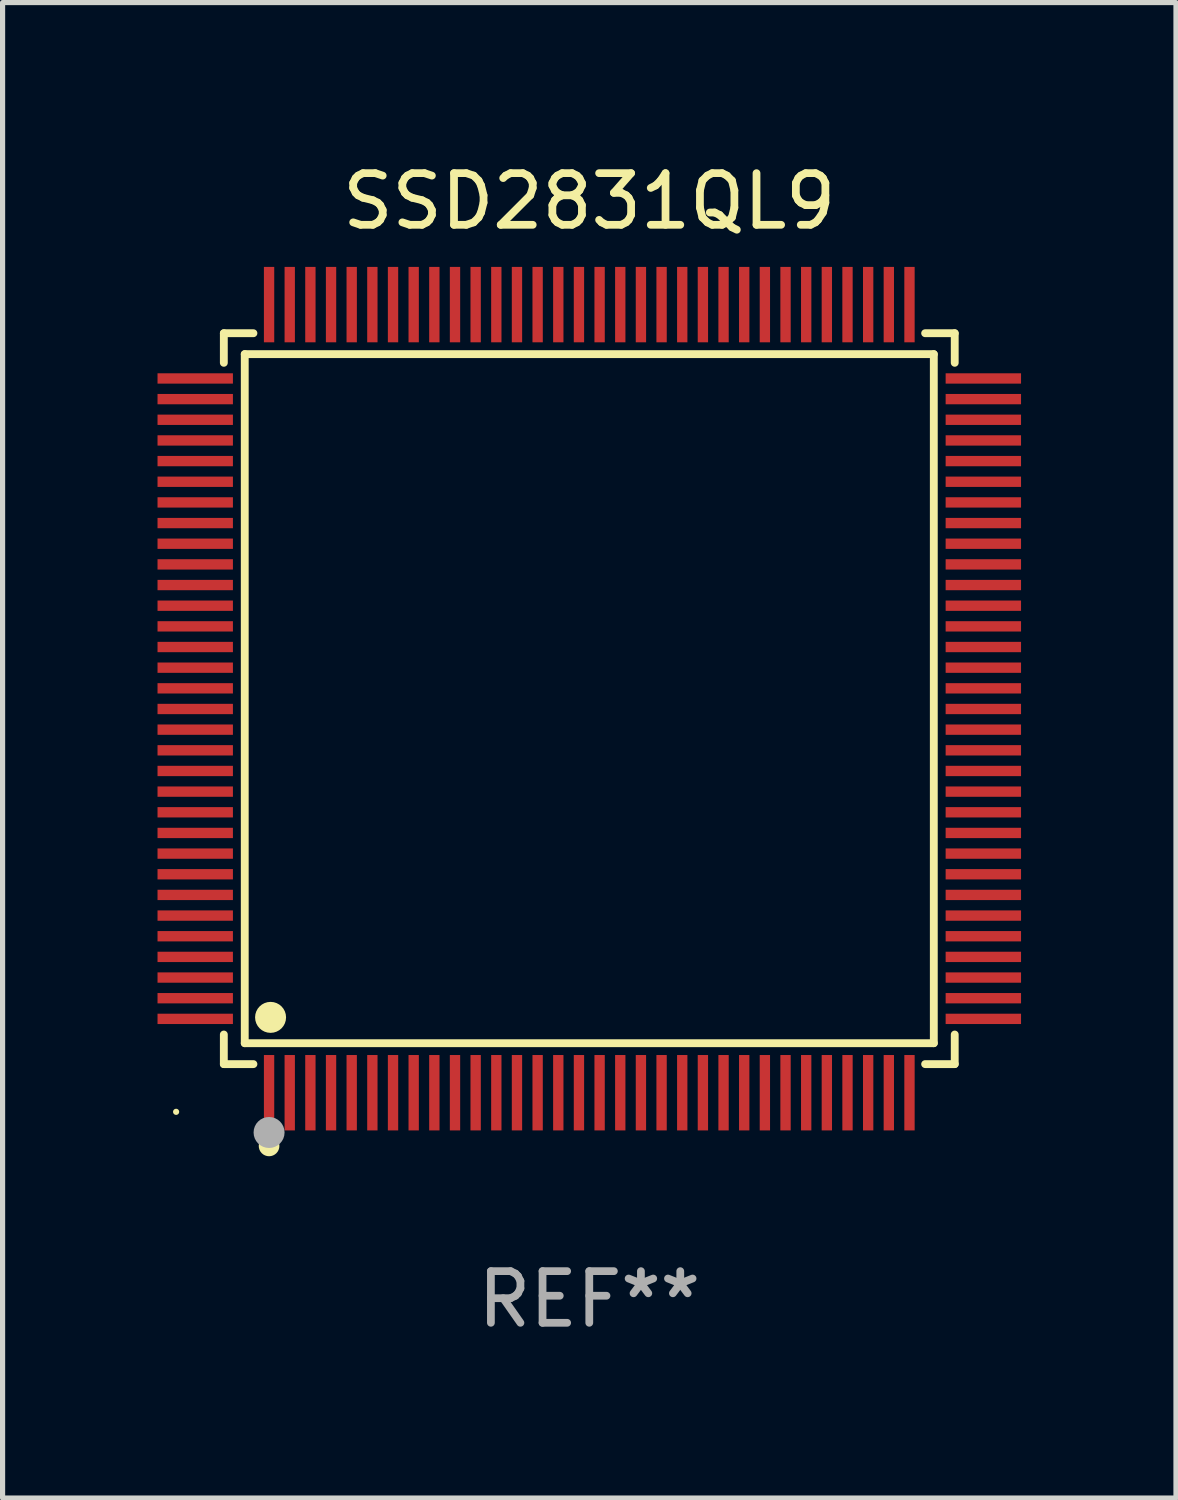
<source format=kicad_pcb>
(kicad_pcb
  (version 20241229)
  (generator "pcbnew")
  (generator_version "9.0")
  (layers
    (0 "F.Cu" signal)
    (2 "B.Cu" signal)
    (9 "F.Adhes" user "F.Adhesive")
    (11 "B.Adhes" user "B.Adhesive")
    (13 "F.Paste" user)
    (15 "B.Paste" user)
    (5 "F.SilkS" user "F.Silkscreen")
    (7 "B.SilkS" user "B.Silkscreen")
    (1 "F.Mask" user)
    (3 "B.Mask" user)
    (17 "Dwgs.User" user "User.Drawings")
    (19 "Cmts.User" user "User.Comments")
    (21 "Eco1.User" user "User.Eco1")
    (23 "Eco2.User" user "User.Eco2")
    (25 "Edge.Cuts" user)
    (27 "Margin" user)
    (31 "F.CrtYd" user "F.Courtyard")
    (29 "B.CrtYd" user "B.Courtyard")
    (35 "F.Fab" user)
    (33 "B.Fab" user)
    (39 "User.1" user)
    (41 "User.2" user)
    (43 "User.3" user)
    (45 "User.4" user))
  (footprint "SSD2831QL9"
    (layer "F.Cu")
    (at 8.36 10.478)
    (property "Reference" "SSD2831QL9" (at 0 -9.63 0) (layer "F.SilkS") (effects (font (size 1 1) (thickness 0.15))))
    (attr through_hole)
    (fp_line (start -7.076 -7.076) (end -6.503 -7.076) (stroke (width 0.152) (type solid)) (layer "F.SilkS"))
    (fp_line (start -7.076 -6.503) (end -7.076 -7.076) (stroke (width 0.152) (type solid)) (layer "F.SilkS"))
    (fp_line (start -7.076 6.503) (end -7.076 7.076) (stroke (width 0.152) (type solid)) (layer "F.SilkS"))
    (fp_line (start -7.076 7.076) (end -6.503 7.076) (stroke (width 0.152) (type solid)) (layer "F.SilkS"))
    (fp_line (start -6.671 -6.671) (end 6.671 -6.671) (stroke (width 0.152) (type solid)) (layer "F.SilkS"))
    (fp_line (start -6.671 6.671) (end -6.671 -6.671) (stroke (width 0.152) (type solid)) (layer "F.SilkS"))
    (fp_line (start 6.671 -6.671) (end 6.671 6.671) (stroke (width 0.152) (type solid)) (layer "F.SilkS"))
    (fp_line (start 6.671 6.671) (end -6.671 6.671) (stroke (width 0.152) (type solid)) (layer "F.SilkS"))
    (fp_line (start 7.076 -7.076) (end 6.503 -7.076) (stroke (width 0.152) (type solid)) (layer "F.SilkS"))
    (fp_line (start 7.076 -6.503) (end 7.076 -7.076) (stroke (width 0.152) (type solid)) (layer "F.SilkS"))
    (fp_line (start 7.076 6.503) (end 7.076 7.076) (stroke (width 0.152) (type solid)) (layer "F.SilkS"))
    (fp_line (start 7.076 7.076) (end 6.503 7.076) (stroke (width 0.152) (type solid)) (layer "F.SilkS"))
    (fp_circle (center -8 8) (end -7.97 8) (stroke (width 0.06) (type solid)) (fill no) (layer "F.SilkS"))
    (fp_circle (center -6.2 8.66) (end -6.1 8.66) (stroke (width 0.2) (type solid)) (fill no) (layer "F.SilkS"))
    (fp_circle (center -6.171 6.171) (end -6.021 6.171) (stroke (width 0.3) (type solid)) (fill no) (layer "F.SilkS"))
    (fp_circle (center -6.2 8.4) (end -6.05 8.4) (stroke (width 0.3) (type solid)) (fill no) (layer "F.Fab"))
    (fp_text user "REF**" (at 0 11.63 0) (layer "F.Fab") (effects (font (size 1 1) (thickness 0.15))))
    (pad "1" smd rect (at -6.2 7.63) (size 0.2 1.46) (layers "F.Cu" "F.Mask" "F.Paste"))
    (pad "2" smd rect (at -5.8 7.63) (size 0.2 1.46) (layers "F.Cu" "F.Mask" "F.Paste"))
    (pad "3" smd rect (at -5.4 7.63) (size 0.2 1.46) (layers "F.Cu" "F.Mask" "F.Paste"))
    (pad "4" smd rect (at -5 7.63) (size 0.2 1.46) (layers "F.Cu" "F.Mask" "F.Paste"))
    (pad "5" smd rect (at -4.6 7.63) (size 0.2 1.46) (layers "F.Cu" "F.Mask" "F.Paste"))
    (pad "6" smd rect (at -4.2 7.63) (size 0.2 1.46) (layers "F.Cu" "F.Mask" "F.Paste"))
    (pad "7" smd rect (at -3.8 7.63) (size 0.2 1.46) (layers "F.Cu" "F.Mask" "F.Paste"))
    (pad "8" smd rect (at -3.4 7.63) (size 0.2 1.46) (layers "F.Cu" "F.Mask" "F.Paste"))
    (pad "9" smd rect (at -3 7.63) (size 0.2 1.46) (layers "F.Cu" "F.Mask" "F.Paste"))
    (pad "10" smd rect (at -2.6 7.63) (size 0.2 1.46) (layers "F.Cu" "F.Mask" "F.Paste"))
    (pad "11" smd rect (at -2.2 7.63) (size 0.2 1.46) (layers "F.Cu" "F.Mask" "F.Paste"))
    (pad "12" smd rect (at -1.8 7.63) (size 0.2 1.46) (layers "F.Cu" "F.Mask" "F.Paste"))
    (pad "13" smd rect (at -1.4 7.63) (size 0.2 1.46) (layers "F.Cu" "F.Mask" "F.Paste"))
    (pad "14" smd rect (at -1 7.63) (size 0.2 1.46) (layers "F.Cu" "F.Mask" "F.Paste"))
    (pad "15" smd rect (at -0.6 7.63) (size 0.2 1.46) (layers "F.Cu" "F.Mask" "F.Paste"))
    (pad "16" smd rect (at -0.2 7.63) (size 0.2 1.46) (layers "F.Cu" "F.Mask" "F.Paste"))
    (pad "17" smd rect (at 0.2 7.63) (size 0.2 1.46) (layers "F.Cu" "F.Mask" "F.Paste"))
    (pad "18" smd rect (at 0.6 7.63) (size 0.2 1.46) (layers "F.Cu" "F.Mask" "F.Paste"))
    (pad "19" smd rect (at 1 7.63) (size 0.2 1.46) (layers "F.Cu" "F.Mask" "F.Paste"))
    (pad "20" smd rect (at 1.4 7.63) (size 0.2 1.46) (layers "F.Cu" "F.Mask" "F.Paste"))
    (pad "21" smd rect (at 1.8 7.63) (size 0.2 1.46) (layers "F.Cu" "F.Mask" "F.Paste"))
    (pad "22" smd rect (at 2.2 7.63) (size 0.2 1.46) (layers "F.Cu" "F.Mask" "F.Paste"))
    (pad "23" smd rect (at 2.6 7.63) (size 0.2 1.46) (layers "F.Cu" "F.Mask" "F.Paste"))
    (pad "24" smd rect (at 3 7.63) (size 0.2 1.46) (layers "F.Cu" "F.Mask" "F.Paste"))
    (pad "25" smd rect (at 3.4 7.63) (size 0.2 1.46) (layers "F.Cu" "F.Mask" "F.Paste"))
    (pad "26" smd rect (at 3.8 7.63) (size 0.2 1.46) (layers "F.Cu" "F.Mask" "F.Paste"))
    (pad "27" smd rect (at 4.2 7.63) (size 0.2 1.46) (layers "F.Cu" "F.Mask" "F.Paste"))
    (pad "28" smd rect (at 4.6 7.63) (size 0.2 1.46) (layers "F.Cu" "F.Mask" "F.Paste"))
    (pad "29" smd rect (at 5 7.63) (size 0.2 1.46) (layers "F.Cu" "F.Mask" "F.Paste"))
    (pad "30" smd rect (at 5.4 7.63) (size 0.2 1.46) (layers "F.Cu" "F.Mask" "F.Paste"))
    (pad "31" smd rect (at 5.8 7.63) (size 0.2 1.46) (layers "F.Cu" "F.Mask" "F.Paste"))
    (pad "32" smd rect (at 6.2 7.63) (size 0.2 1.46) (layers "F.Cu" "F.Mask" "F.Paste"))
    (pad "33" smd rect (at 7.63 6.2) (size 1.46 0.2) (layers "F.Cu" "F.Mask" "F.Paste"))
    (pad "34" smd rect (at 7.63 5.8) (size 1.46 0.2) (layers "F.Cu" "F.Mask" "F.Paste"))
    (pad "35" smd rect (at 7.63 5.4) (size 1.46 0.2) (layers "F.Cu" "F.Mask" "F.Paste"))
    (pad "36" smd rect (at 7.63 5) (size 1.46 0.2) (layers "F.Cu" "F.Mask" "F.Paste"))
    (pad "37" smd rect (at 7.63 4.6) (size 1.46 0.2) (layers "F.Cu" "F.Mask" "F.Paste"))
    (pad "38" smd rect (at 7.63 4.2) (size 1.46 0.2) (layers "F.Cu" "F.Mask" "F.Paste"))
    (pad "39" smd rect (at 7.63 3.8) (size 1.46 0.2) (layers "F.Cu" "F.Mask" "F.Paste"))
    (pad "40" smd rect (at 7.63 3.4) (size 1.46 0.2) (layers "F.Cu" "F.Mask" "F.Paste"))
    (pad "41" smd rect (at 7.63 3) (size 1.46 0.2) (layers "F.Cu" "F.Mask" "F.Paste"))
    (pad "42" smd rect (at 7.63 2.6) (size 1.46 0.2) (layers "F.Cu" "F.Mask" "F.Paste"))
    (pad "43" smd rect (at 7.63 2.2) (size 1.46 0.2) (layers "F.Cu" "F.Mask" "F.Paste"))
    (pad "44" smd rect (at 7.63 1.8) (size 1.46 0.2) (layers "F.Cu" "F.Mask" "F.Paste"))
    (pad "45" smd rect (at 7.63 1.4) (size 1.46 0.2) (layers "F.Cu" "F.Mask" "F.Paste"))
    (pad "46" smd rect (at 7.63 1) (size 1.46 0.2) (layers "F.Cu" "F.Mask" "F.Paste"))
    (pad "47" smd rect (at 7.63 0.6) (size 1.46 0.2) (layers "F.Cu" "F.Mask" "F.Paste"))
    (pad "48" smd rect (at 7.63 0.2) (size 1.46 0.2) (layers "F.Cu" "F.Mask" "F.Paste"))
    (pad "49" smd rect (at 7.63 -0.2) (size 1.46 0.2) (layers "F.Cu" "F.Mask" "F.Paste"))
    (pad "50" smd rect (at 7.63 -0.6) (size 1.46 0.2) (layers "F.Cu" "F.Mask" "F.Paste"))
    (pad "51" smd rect (at 7.63 -1) (size 1.46 0.2) (layers "F.Cu" "F.Mask" "F.Paste"))
    (pad "52" smd rect (at 7.63 -1.4) (size 1.46 0.2) (layers "F.Cu" "F.Mask" "F.Paste"))
    (pad "53" smd rect (at 7.63 -1.8) (size 1.46 0.2) (layers "F.Cu" "F.Mask" "F.Paste"))
    (pad "54" smd rect (at 7.63 -2.2) (size 1.46 0.2) (layers "F.Cu" "F.Mask" "F.Paste"))
    (pad "55" smd rect (at 7.63 -2.6) (size 1.46 0.2) (layers "F.Cu" "F.Mask" "F.Paste"))
    (pad "56" smd rect (at 7.63 -3) (size 1.46 0.2) (layers "F.Cu" "F.Mask" "F.Paste"))
    (pad "57" smd rect (at 7.63 -3.4) (size 1.46 0.2) (layers "F.Cu" "F.Mask" "F.Paste"))
    (pad "58" smd rect (at 7.63 -3.8) (size 1.46 0.2) (layers "F.Cu" "F.Mask" "F.Paste"))
    (pad "59" smd rect (at 7.63 -4.2) (size 1.46 0.2) (layers "F.Cu" "F.Mask" "F.Paste"))
    (pad "60" smd rect (at 7.63 -4.6) (size 1.46 0.2) (layers "F.Cu" "F.Mask" "F.Paste"))
    (pad "61" smd rect (at 7.63 -5) (size 1.46 0.2) (layers "F.Cu" "F.Mask" "F.Paste"))
    (pad "62" smd rect (at 7.63 -5.4) (size 1.46 0.2) (layers "F.Cu" "F.Mask" "F.Paste"))
    (pad "63" smd rect (at 7.63 -5.8) (size 1.46 0.2) (layers "F.Cu" "F.Mask" "F.Paste"))
    (pad "64" smd rect (at 7.63 -6.2) (size 1.46 0.2) (layers "F.Cu" "F.Mask" "F.Paste"))
    (pad "65" smd rect (at 6.2 -7.63) (size 0.2 1.46) (layers "F.Cu" "F.Mask" "F.Paste"))
    (pad "66" smd rect (at 5.8 -7.63) (size 0.2 1.46) (layers "F.Cu" "F.Mask" "F.Paste"))
    (pad "67" smd rect (at 5.4 -7.63) (size 0.2 1.46) (layers "F.Cu" "F.Mask" "F.Paste"))
    (pad "68" smd rect (at 5 -7.63) (size 0.2 1.46) (layers "F.Cu" "F.Mask" "F.Paste"))
    (pad "69" smd rect (at 4.6 -7.63) (size 0.2 1.46) (layers "F.Cu" "F.Mask" "F.Paste"))
    (pad "70" smd rect (at 4.2 -7.63) (size 0.2 1.46) (layers "F.Cu" "F.Mask" "F.Paste"))
    (pad "71" smd rect (at 3.8 -7.63) (size 0.2 1.46) (layers "F.Cu" "F.Mask" "F.Paste"))
    (pad "72" smd rect (at 3.4 -7.63) (size 0.2 1.46) (layers "F.Cu" "F.Mask" "F.Paste"))
    (pad "73" smd rect (at 3 -7.63) (size 0.2 1.46) (layers "F.Cu" "F.Mask" "F.Paste"))
    (pad "74" smd rect (at 2.6 -7.63) (size 0.2 1.46) (layers "F.Cu" "F.Mask" "F.Paste"))
    (pad "75" smd rect (at 2.2 -7.63) (size 0.2 1.46) (layers "F.Cu" "F.Mask" "F.Paste"))
    (pad "76" smd rect (at 1.8 -7.63) (size 0.2 1.46) (layers "F.Cu" "F.Mask" "F.Paste"))
    (pad "77" smd rect (at 1.4 -7.63) (size 0.2 1.46) (layers "F.Cu" "F.Mask" "F.Paste"))
    (pad "78" smd rect (at 1 -7.63) (size 0.2 1.46) (layers "F.Cu" "F.Mask" "F.Paste"))
    (pad "79" smd rect (at 0.6 -7.63) (size 0.2 1.46) (layers "F.Cu" "F.Mask" "F.Paste"))
    (pad "80" smd rect (at 0.2 -7.63) (size 0.2 1.46) (layers "F.Cu" "F.Mask" "F.Paste"))
    (pad "81" smd rect (at -0.2 -7.63) (size 0.2 1.46) (layers "F.Cu" "F.Mask" "F.Paste"))
    (pad "82" smd rect (at -0.6 -7.63) (size 0.2 1.46) (layers "F.Cu" "F.Mask" "F.Paste"))
    (pad "83" smd rect (at -1 -7.63) (size 0.2 1.46) (layers "F.Cu" "F.Mask" "F.Paste"))
    (pad "84" smd rect (at -1.4 -7.63) (size 0.2 1.46) (layers "F.Cu" "F.Mask" "F.Paste"))
    (pad "85" smd rect (at -1.8 -7.63) (size 0.2 1.46) (layers "F.Cu" "F.Mask" "F.Paste"))
    (pad "86" smd rect (at -2.2 -7.63) (size 0.2 1.46) (layers "F.Cu" "F.Mask" "F.Paste"))
    (pad "87" smd rect (at -2.6 -7.63) (size 0.2 1.46) (layers "F.Cu" "F.Mask" "F.Paste"))
    (pad "88" smd rect (at -3 -7.63) (size 0.2 1.46) (layers "F.Cu" "F.Mask" "F.Paste"))
    (pad "89" smd rect (at -3.4 -7.63) (size 0.2 1.46) (layers "F.Cu" "F.Mask" "F.Paste"))
    (pad "90" smd rect (at -3.8 -7.63) (size 0.2 1.46) (layers "F.Cu" "F.Mask" "F.Paste"))
    (pad "91" smd rect (at -4.2 -7.63) (size 0.2 1.46) (layers "F.Cu" "F.Mask" "F.Paste"))
    (pad "92" smd rect (at -4.6 -7.63) (size 0.2 1.46) (layers "F.Cu" "F.Mask" "F.Paste"))
    (pad "93" smd rect (at -5 -7.63) (size 0.2 1.46) (layers "F.Cu" "F.Mask" "F.Paste"))
    (pad "94" smd rect (at -5.4 -7.63) (size 0.2 1.46) (layers "F.Cu" "F.Mask" "F.Paste"))
    (pad "95" smd rect (at -5.8 -7.63) (size 0.2 1.46) (layers "F.Cu" "F.Mask" "F.Paste"))
    (pad "96" smd rect (at -6.2 -7.63) (size 0.2 1.46) (layers "F.Cu" "F.Mask" "F.Paste"))
    (pad "97" smd rect (at -7.63 -6.2) (size 1.46 0.2) (layers "F.Cu" "F.Mask" "F.Paste"))
    (pad "98" smd rect (at -7.63 -5.8) (size 1.46 0.2) (layers "F.Cu" "F.Mask" "F.Paste"))
    (pad "99" smd rect (at -7.63 -5.4) (size 1.46 0.2) (layers "F.Cu" "F.Mask" "F.Paste"))
    (pad "100" smd rect (at -7.63 -5) (size 1.46 0.2) (layers "F.Cu" "F.Mask" "F.Paste"))
    (pad "101" smd rect (at -7.63 -4.6) (size 1.46 0.2) (layers "F.Cu" "F.Mask" "F.Paste"))
    (pad "102" smd rect (at -7.63 -4.2) (size 1.46 0.2) (layers "F.Cu" "F.Mask" "F.Paste"))
    (pad "103" smd rect (at -7.63 -3.8) (size 1.46 0.2) (layers "F.Cu" "F.Mask" "F.Paste"))
    (pad "104" smd rect (at -7.63 -3.4) (size 1.46 0.2) (layers "F.Cu" "F.Mask" "F.Paste"))
    (pad "105" smd rect (at -7.63 -3) (size 1.46 0.2) (layers "F.Cu" "F.Mask" "F.Paste"))
    (pad "106" smd rect (at -7.63 -2.6) (size 1.46 0.2) (layers "F.Cu" "F.Mask" "F.Paste"))
    (pad "107" smd rect (at -7.63 -2.2) (size 1.46 0.2) (layers "F.Cu" "F.Mask" "F.Paste"))
    (pad "108" smd rect (at -7.63 -1.8) (size 1.46 0.2) (layers "F.Cu" "F.Mask" "F.Paste"))
    (pad "109" smd rect (at -7.63 -1.4) (size 1.46 0.2) (layers "F.Cu" "F.Mask" "F.Paste"))
    (pad "110" smd rect (at -7.63 -1) (size 1.46 0.2) (layers "F.Cu" "F.Mask" "F.Paste"))
    (pad "111" smd rect (at -7.63 -0.6) (size 1.46 0.2) (layers "F.Cu" "F.Mask" "F.Paste"))
    (pad "112" smd rect (at -7.63 -0.2) (size 1.46 0.2) (layers "F.Cu" "F.Mask" "F.Paste"))
    (pad "113" smd rect (at -7.63 0.2) (size 1.46 0.2) (layers "F.Cu" "F.Mask" "F.Paste"))
    (pad "114" smd rect (at -7.63 0.6) (size 1.46 0.2) (layers "F.Cu" "F.Mask" "F.Paste"))
    (pad "115" smd rect (at -7.63 1) (size 1.46 0.2) (layers "F.Cu" "F.Mask" "F.Paste"))
    (pad "116" smd rect (at -7.63 1.4) (size 1.46 0.2) (layers "F.Cu" "F.Mask" "F.Paste"))
    (pad "117" smd rect (at -7.63 1.8) (size 1.46 0.2) (layers "F.Cu" "F.Mask" "F.Paste"))
    (pad "118" smd rect (at -7.63 2.2) (size 1.46 0.2) (layers "F.Cu" "F.Mask" "F.Paste"))
    (pad "119" smd rect (at -7.63 2.6) (size 1.46 0.2) (layers "F.Cu" "F.Mask" "F.Paste"))
    (pad "120" smd rect (at -7.63 3) (size 1.46 0.2) (layers "F.Cu" "F.Mask" "F.Paste"))
    (pad "121" smd rect (at -7.63 3.4) (size 1.46 0.2) (layers "F.Cu" "F.Mask" "F.Paste"))
    (pad "122" smd rect (at -7.63 3.8) (size 1.46 0.2) (layers "F.Cu" "F.Mask" "F.Paste"))
    (pad "123" smd rect (at -7.63 4.2) (size 1.46 0.2) (layers "F.Cu" "F.Mask" "F.Paste"))
    (pad "124" smd rect (at -7.63 4.6) (size 1.46 0.2) (layers "F.Cu" "F.Mask" "F.Paste"))
    (pad "125" smd rect (at -7.63 5) (size 1.46 0.2) (layers "F.Cu" "F.Mask" "F.Paste"))
    (pad "126" smd rect (at -7.63 5.4) (size 1.46 0.2) (layers "F.Cu" "F.Mask" "F.Paste"))
    (pad "127" smd rect (at -7.63 5.8) (size 1.46 0.2) (layers "F.Cu" "F.Mask" "F.Paste"))
    (pad "128" smd rect (at -7.63 6.2) (size 1.46 0.2) (layers "F.Cu" "F.Mask" "F.Paste")))
  (gr_rect
    (start -3 -3)
    (end 19.72 25.956)
    (stroke (width 0.1) (type default))
    (fill no)
    (layer "Edge.Cuts")))
</source>
